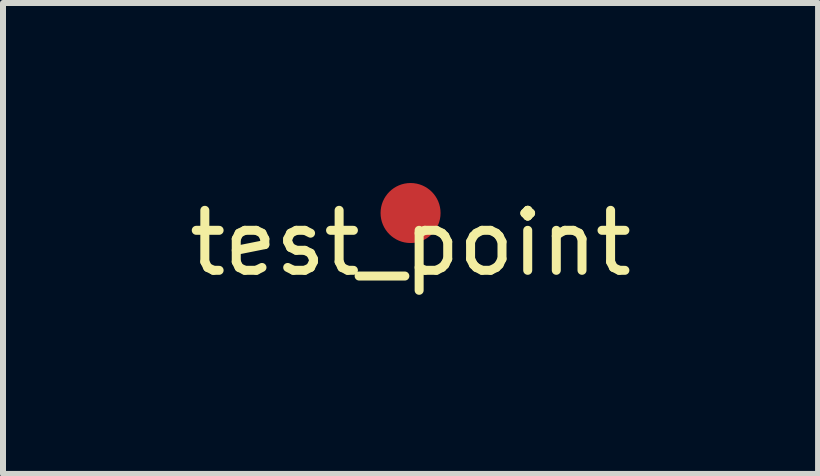
<source format=kicad_pcb>
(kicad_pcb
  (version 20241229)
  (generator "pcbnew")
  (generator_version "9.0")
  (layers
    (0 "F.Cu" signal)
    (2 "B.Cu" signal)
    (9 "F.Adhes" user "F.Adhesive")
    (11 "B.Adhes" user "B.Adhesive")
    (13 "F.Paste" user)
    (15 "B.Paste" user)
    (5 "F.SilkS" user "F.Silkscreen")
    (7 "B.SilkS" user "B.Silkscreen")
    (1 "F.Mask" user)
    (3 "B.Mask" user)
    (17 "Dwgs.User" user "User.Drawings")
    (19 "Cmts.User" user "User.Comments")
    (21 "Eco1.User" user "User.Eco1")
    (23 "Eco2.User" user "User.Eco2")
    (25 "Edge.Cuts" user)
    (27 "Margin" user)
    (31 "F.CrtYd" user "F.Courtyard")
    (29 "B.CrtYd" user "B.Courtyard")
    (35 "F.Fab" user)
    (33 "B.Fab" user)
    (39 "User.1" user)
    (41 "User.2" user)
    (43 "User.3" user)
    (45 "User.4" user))
  (footprint "test_point"
    (layer "F.Cu")
    (at 3.792 0.5)
    (property "Reference" "test_point" (at 0 0.5 0) (layer "F.SilkS") (effects (font (size 1 1) (thickness 0.15))))
    (attr through_hole)
    (pad "1" smd circle (at 0 0) (size 1 1) (layers "F.Cu" "F.Mask")))
  (gr_rect
    (start -3 -3)
    (end 10.583 4.848)
    (stroke (width 0.1) (type default))
    (fill no)
    (layer "Edge.Cuts")))
</source>
